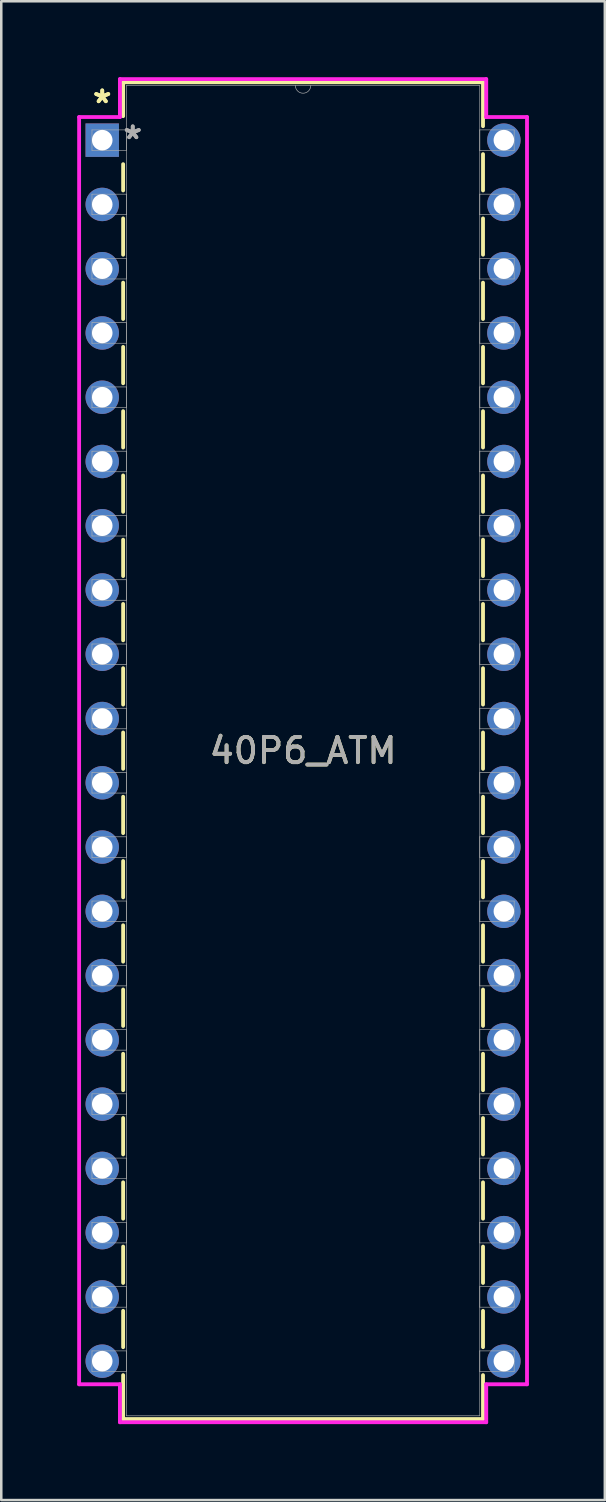
<source format=kicad_pcb>
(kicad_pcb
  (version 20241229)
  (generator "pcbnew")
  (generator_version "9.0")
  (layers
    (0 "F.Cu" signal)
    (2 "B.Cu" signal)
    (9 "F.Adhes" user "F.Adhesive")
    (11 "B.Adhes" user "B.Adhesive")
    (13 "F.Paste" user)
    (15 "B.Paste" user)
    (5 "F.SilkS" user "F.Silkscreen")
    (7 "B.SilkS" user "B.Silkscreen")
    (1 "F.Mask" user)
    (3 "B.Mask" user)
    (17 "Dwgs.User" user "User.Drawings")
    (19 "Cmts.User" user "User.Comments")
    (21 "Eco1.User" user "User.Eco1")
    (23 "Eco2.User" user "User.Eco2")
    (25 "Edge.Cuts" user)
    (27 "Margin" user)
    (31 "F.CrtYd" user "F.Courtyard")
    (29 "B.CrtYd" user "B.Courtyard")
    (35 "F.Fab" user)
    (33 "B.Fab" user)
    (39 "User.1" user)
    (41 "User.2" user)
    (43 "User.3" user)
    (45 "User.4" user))
  (footprint "40P6_ATM"
    (layer "F.Cu")
    (at 0.991 2.49)
    (property "Reference" "40P6_ATM" (at 7.938 24.13 0) (unlocked yes) (layer "F.SilkS") (effects (font (size 1 1) (thickness 0.15))))
    (attr through_hole)
    (fp_line (start 0.826 -2.287) (end 0.826 -0.949) (stroke (width 0.152) (type solid)) (layer "F.SilkS"))
    (fp_line (start 0.826 0.949) (end 0.826 1.988) (stroke (width 0.152) (type solid)) (layer "F.SilkS"))
    (fp_line (start 0.826 3.092) (end 0.826 4.528) (stroke (width 0.152) (type solid)) (layer "F.SilkS"))
    (fp_line (start 0.826 5.632) (end 0.826 7.068) (stroke (width 0.152) (type solid)) (layer "F.SilkS"))
    (fp_line (start 0.826 8.172) (end 0.826 9.608) (stroke (width 0.152) (type solid)) (layer "F.SilkS"))
    (fp_line (start 0.826 10.712) (end 0.826 12.148) (stroke (width 0.152) (type solid)) (layer "F.SilkS"))
    (fp_line (start 0.826 13.252) (end 0.826 14.688) (stroke (width 0.152) (type solid)) (layer "F.SilkS"))
    (fp_line (start 0.826 15.792) (end 0.826 17.228) (stroke (width 0.152) (type solid)) (layer "F.SilkS"))
    (fp_line (start 0.826 18.332) (end 0.826 19.768) (stroke (width 0.152) (type solid)) (layer "F.SilkS"))
    (fp_line (start 0.826 20.872) (end 0.826 22.308) (stroke (width 0.152) (type solid)) (layer "F.SilkS"))
    (fp_line (start 0.826 23.412) (end 0.826 24.848) (stroke (width 0.152) (type solid)) (layer "F.SilkS"))
    (fp_line (start 0.826 25.952) (end 0.826 27.388) (stroke (width 0.152) (type solid)) (layer "F.SilkS"))
    (fp_line (start 0.826 28.492) (end 0.826 29.928) (stroke (width 0.152) (type solid)) (layer "F.SilkS"))
    (fp_line (start 0.826 31.032) (end 0.826 32.468) (stroke (width 0.152) (type solid)) (layer "F.SilkS"))
    (fp_line (start 0.826 33.572) (end 0.826 35.008) (stroke (width 0.152) (type solid)) (layer "F.SilkS"))
    (fp_line (start 0.826 36.112) (end 0.826 37.548) (stroke (width 0.152) (type solid)) (layer "F.SilkS"))
    (fp_line (start 0.826 38.652) (end 0.826 40.088) (stroke (width 0.152) (type solid)) (layer "F.SilkS"))
    (fp_line (start 0.826 41.192) (end 0.826 42.628) (stroke (width 0.152) (type solid)) (layer "F.SilkS"))
    (fp_line (start 0.826 43.732) (end 0.826 45.168) (stroke (width 0.152) (type solid)) (layer "F.SilkS"))
    (fp_line (start 0.826 46.272) (end 0.826 47.708) (stroke (width 0.152) (type solid)) (layer "F.SilkS"))
    (fp_line (start 0.826 48.812) (end 0.826 50.547) (stroke (width 0.152) (type solid)) (layer "F.SilkS"))
    (fp_line (start 0.826 50.547) (end 15.05 50.547) (stroke (width 0.152) (type solid)) (layer "F.SilkS"))
    (fp_line (start 15.05 -2.287) (end 0.826 -2.287) (stroke (width 0.152) (type solid)) (layer "F.SilkS"))
    (fp_line (start 15.05 -0.552) (end 15.05 -2.287) (stroke (width 0.152) (type solid)) (layer "F.SilkS"))
    (fp_line (start 15.05 1.988) (end 15.05 0.552) (stroke (width 0.152) (type solid)) (layer "F.SilkS"))
    (fp_line (start 15.05 4.528) (end 15.05 3.092) (stroke (width 0.152) (type solid)) (layer "F.SilkS"))
    (fp_line (start 15.05 7.068) (end 15.05 5.632) (stroke (width 0.152) (type solid)) (layer "F.SilkS"))
    (fp_line (start 15.05 9.608) (end 15.05 8.172) (stroke (width 0.152) (type solid)) (layer "F.SilkS"))
    (fp_line (start 15.05 12.148) (end 15.05 10.712) (stroke (width 0.152) (type solid)) (layer "F.SilkS"))
    (fp_line (start 15.05 14.688) (end 15.05 13.252) (stroke (width 0.152) (type solid)) (layer "F.SilkS"))
    (fp_line (start 15.05 17.228) (end 15.05 15.792) (stroke (width 0.152) (type solid)) (layer "F.SilkS"))
    (fp_line (start 15.05 19.768) (end 15.05 18.332) (stroke (width 0.152) (type solid)) (layer "F.SilkS"))
    (fp_line (start 15.05 22.308) (end 15.05 20.872) (stroke (width 0.152) (type solid)) (layer "F.SilkS"))
    (fp_line (start 15.05 24.848) (end 15.05 23.412) (stroke (width 0.152) (type solid)) (layer "F.SilkS"))
    (fp_line (start 15.05 27.388) (end 15.05 25.952) (stroke (width 0.152) (type solid)) (layer "F.SilkS"))
    (fp_line (start 15.05 29.928) (end 15.05 28.492) (stroke (width 0.152) (type solid)) (layer "F.SilkS"))
    (fp_line (start 15.05 32.468) (end 15.05 31.032) (stroke (width 0.152) (type solid)) (layer "F.SilkS"))
    (fp_line (start 15.05 35.008) (end 15.05 33.572) (stroke (width 0.152) (type solid)) (layer "F.SilkS"))
    (fp_line (start 15.05 37.548) (end 15.05 36.112) (stroke (width 0.152) (type solid)) (layer "F.SilkS"))
    (fp_line (start 15.05 40.088) (end 15.05 38.652) (stroke (width 0.152) (type solid)) (layer "F.SilkS"))
    (fp_line (start 15.05 42.628) (end 15.05 41.192) (stroke (width 0.152) (type solid)) (layer "F.SilkS"))
    (fp_line (start 15.05 45.168) (end 15.05 43.732) (stroke (width 0.152) (type solid)) (layer "F.SilkS"))
    (fp_line (start 15.05 47.708) (end 15.05 46.272) (stroke (width 0.152) (type solid)) (layer "F.SilkS"))
    (fp_line (start 15.05 50.547) (end 15.05 48.812) (stroke (width 0.152) (type solid)) (layer "F.SilkS"))
    (fp_line (start -0.914 -0.914) (end 0.699 -0.914) (stroke (width 0.152) (type solid)) (layer "F.CrtYd"))
    (fp_line (start -0.914 49.174) (end -0.914 -0.914) (stroke (width 0.152) (type solid)) (layer "F.CrtYd"))
    (fp_line (start 0.699 -2.414) (end 15.177 -2.414) (stroke (width 0.152) (type solid)) (layer "F.CrtYd"))
    (fp_line (start 0.699 -0.914) (end 0.699 -2.414) (stroke (width 0.152) (type solid)) (layer "F.CrtYd"))
    (fp_line (start 0.699 49.174) (end -0.914 49.174) (stroke (width 0.152) (type solid)) (layer "F.CrtYd"))
    (fp_line (start 0.699 50.674) (end 0.699 49.174) (stroke (width 0.152) (type solid)) (layer "F.CrtYd"))
    (fp_line (start 15.177 -2.414) (end 15.177 -0.914) (stroke (width 0.152) (type solid)) (layer "F.CrtYd"))
    (fp_line (start 15.177 49.174) (end 15.177 50.674) (stroke (width 0.152) (type solid)) (layer "F.CrtYd"))
    (fp_line (start 15.177 50.674) (end 0.699 50.674) (stroke (width 0.152) (type solid)) (layer "F.CrtYd"))
    (fp_line (start 16.789 -0.914) (end 15.177 -0.914) (stroke (width 0.152) (type solid)) (layer "F.CrtYd"))
    (fp_line (start 16.789 -0.914) (end 16.789 49.174) (stroke (width 0.152) (type solid)) (layer "F.CrtYd"))
    (fp_line (start 16.789 49.174) (end 15.177 49.174) (stroke (width 0.152) (type solid)) (layer "F.CrtYd"))
    (fp_line (start -0.406 -0.406) (end -0.406 0.406) (stroke (width 0.025) (type solid)) (layer "F.Fab"))
    (fp_line (start -0.406 0.406) (end 0.953 0.406) (stroke (width 0.025) (type solid)) (layer "F.Fab"))
    (fp_line (start -0.406 2.134) (end -0.406 2.946) (stroke (width 0.025) (type solid)) (layer "F.Fab"))
    (fp_line (start -0.406 2.946) (end 0.953 2.946) (stroke (width 0.025) (type solid)) (layer "F.Fab"))
    (fp_line (start -0.406 4.674) (end -0.406 5.486) (stroke (width 0.025) (type solid)) (layer "F.Fab"))
    (fp_line (start -0.406 5.486) (end 0.953 5.486) (stroke (width 0.025) (type solid)) (layer "F.Fab"))
    (fp_line (start -0.406 7.214) (end -0.406 8.026) (stroke (width 0.025) (type solid)) (layer "F.Fab"))
    (fp_line (start -0.406 8.026) (end 0.953 8.026) (stroke (width 0.025) (type solid)) (layer "F.Fab"))
    (fp_line (start -0.406 9.754) (end -0.406 10.566) (stroke (width 0.025) (type solid)) (layer "F.Fab"))
    (fp_line (start -0.406 10.566) (end 0.953 10.566) (stroke (width 0.025) (type solid)) (layer "F.Fab"))
    (fp_line (start -0.406 12.294) (end -0.406 13.106) (stroke (width 0.025) (type solid)) (layer "F.Fab"))
    (fp_line (start -0.406 13.106) (end 0.953 13.106) (stroke (width 0.025) (type solid)) (layer "F.Fab"))
    (fp_line (start -0.406 14.834) (end -0.406 15.646) (stroke (width 0.025) (type solid)) (layer "F.Fab"))
    (fp_line (start -0.406 15.646) (end 0.953 15.646) (stroke (width 0.025) (type solid)) (layer "F.Fab"))
    (fp_line (start -0.406 17.374) (end -0.406 18.186) (stroke (width 0.025) (type solid)) (layer "F.Fab"))
    (fp_line (start -0.406 18.186) (end 0.953 18.186) (stroke (width 0.025) (type solid)) (layer "F.Fab"))
    (fp_line (start -0.406 19.914) (end -0.406 20.726) (stroke (width 0.025) (type solid)) (layer "F.Fab"))
    (fp_line (start -0.406 20.726) (end 0.953 20.726) (stroke (width 0.025) (type solid)) (layer "F.Fab"))
    (fp_line (start -0.406 22.454) (end -0.406 23.266) (stroke (width 0.025) (type solid)) (layer "F.Fab"))
    (fp_line (start -0.406 23.266) (end 0.953 23.266) (stroke (width 0.025) (type solid)) (layer "F.Fab"))
    (fp_line (start -0.406 24.994) (end -0.406 25.806) (stroke (width 0.025) (type solid)) (layer "F.Fab"))
    (fp_line (start -0.406 25.806) (end 0.953 25.806) (stroke (width 0.025) (type solid)) (layer "F.Fab"))
    (fp_line (start -0.406 27.534) (end -0.406 28.346) (stroke (width 0.025) (type solid)) (layer "F.Fab"))
    (fp_line (start -0.406 28.346) (end 0.953 28.346) (stroke (width 0.025) (type solid)) (layer "F.Fab"))
    (fp_line (start -0.406 30.074) (end -0.406 30.886) (stroke (width 0.025) (type solid)) (layer "F.Fab"))
    (fp_line (start -0.406 30.886) (end 0.953 30.886) (stroke (width 0.025) (type solid)) (layer "F.Fab"))
    (fp_line (start -0.406 32.614) (end -0.406 33.426) (stroke (width 0.025) (type solid)) (layer "F.Fab"))
    (fp_line (start -0.406 33.426) (end 0.953 33.426) (stroke (width 0.025) (type solid)) (layer "F.Fab"))
    (fp_line (start -0.406 35.154) (end -0.406 35.966) (stroke (width 0.025) (type solid)) (layer "F.Fab"))
    (fp_line (start -0.406 35.966) (end 0.953 35.966) (stroke (width 0.025) (type solid)) (layer "F.Fab"))
    (fp_line (start -0.406 37.694) (end -0.406 38.506) (stroke (width 0.025) (type solid)) (layer "F.Fab"))
    (fp_line (start -0.406 38.506) (end 0.953 38.506) (stroke (width 0.025) (type solid)) (layer "F.Fab"))
    (fp_line (start -0.406 40.234) (end -0.406 41.046) (stroke (width 0.025) (type solid)) (layer "F.Fab"))
    (fp_line (start -0.406 41.046) (end 0.953 41.046) (stroke (width 0.025) (type solid)) (layer "F.Fab"))
    (fp_line (start -0.406 42.774) (end -0.406 43.586) (stroke (width 0.025) (type solid)) (layer "F.Fab"))
    (fp_line (start -0.406 43.586) (end 0.953 43.586) (stroke (width 0.025) (type solid)) (layer "F.Fab"))
    (fp_line (start -0.406 45.314) (end -0.406 46.126) (stroke (width 0.025) (type solid)) (layer "F.Fab"))
    (fp_line (start -0.406 46.126) (end 0.953 46.126) (stroke (width 0.025) (type solid)) (layer "F.Fab"))
    (fp_line (start -0.406 47.854) (end -0.406 48.666) (stroke (width 0.025) (type solid)) (layer "F.Fab"))
    (fp_line (start -0.406 48.666) (end 0.953 48.666) (stroke (width 0.025) (type solid)) (layer "F.Fab"))
    (fp_line (start 0.953 -2.16) (end 0.953 50.42) (stroke (width 0.025) (type solid)) (layer "F.Fab"))
    (fp_line (start 0.953 -0.406) (end -0.406 -0.406) (stroke (width 0.025) (type solid)) (layer "F.Fab"))
    (fp_line (start 0.953 0.406) (end 0.953 -0.406) (stroke (width 0.025) (type solid)) (layer "F.Fab"))
    (fp_line (start 0.953 2.134) (end -0.406 2.134) (stroke (width 0.025) (type solid)) (layer "F.Fab"))
    (fp_line (start 0.953 2.946) (end 0.953 2.134) (stroke (width 0.025) (type solid)) (layer "F.Fab"))
    (fp_line (start 0.953 4.674) (end -0.406 4.674) (stroke (width 0.025) (type solid)) (layer "F.Fab"))
    (fp_line (start 0.953 5.486) (end 0.953 4.674) (stroke (width 0.025) (type solid)) (layer "F.Fab"))
    (fp_line (start 0.953 7.214) (end -0.406 7.214) (stroke (width 0.025) (type solid)) (layer "F.Fab"))
    (fp_line (start 0.953 8.026) (end 0.953 7.214) (stroke (width 0.025) (type solid)) (layer "F.Fab"))
    (fp_line (start 0.953 9.754) (end -0.406 9.754) (stroke (width 0.025) (type solid)) (layer "F.Fab"))
    (fp_line (start 0.953 10.566) (end 0.953 9.754) (stroke (width 0.025) (type solid)) (layer "F.Fab"))
    (fp_line (start 0.953 12.294) (end -0.406 12.294) (stroke (width 0.025) (type solid)) (layer "F.Fab"))
    (fp_line (start 0.953 13.106) (end 0.953 12.294) (stroke (width 0.025) (type solid)) (layer "F.Fab"))
    (fp_line (start 0.953 14.834) (end -0.406 14.834) (stroke (width 0.025) (type solid)) (layer "F.Fab"))
    (fp_line (start 0.953 15.646) (end 0.953 14.834) (stroke (width 0.025) (type solid)) (layer "F.Fab"))
    (fp_line (start 0.953 17.374) (end -0.406 17.374) (stroke (width 0.025) (type solid)) (layer "F.Fab"))
    (fp_line (start 0.953 18.186) (end 0.953 17.374) (stroke (width 0.025) (type solid)) (layer "F.Fab"))
    (fp_line (start 0.953 19.914) (end -0.406 19.914) (stroke (width 0.025) (type solid)) (layer "F.Fab"))
    (fp_line (start 0.953 20.726) (end 0.953 19.914) (stroke (width 0.025) (type solid)) (layer "F.Fab"))
    (fp_line (start 0.953 22.454) (end -0.406 22.454) (stroke (width 0.025) (type solid)) (layer "F.Fab"))
    (fp_line (start 0.953 23.266) (end 0.953 22.454) (stroke (width 0.025) (type solid)) (layer "F.Fab"))
    (fp_line (start 0.953 24.994) (end -0.406 24.994) (stroke (width 0.025) (type solid)) (layer "F.Fab"))
    (fp_line (start 0.953 25.806) (end 0.953 24.994) (stroke (width 0.025) (type solid)) (layer "F.Fab"))
    (fp_line (start 0.953 27.534) (end -0.406 27.534) (stroke (width 0.025) (type solid)) (layer "F.Fab"))
    (fp_line (start 0.953 28.346) (end 0.953 27.534) (stroke (width 0.025) (type solid)) (layer "F.Fab"))
    (fp_line (start 0.953 30.074) (end -0.406 30.074) (stroke (width 0.025) (type solid)) (layer "F.Fab"))
    (fp_line (start 0.953 30.886) (end 0.953 30.074) (stroke (width 0.025) (type solid)) (layer "F.Fab"))
    (fp_line (start 0.953 32.614) (end -0.406 32.614) (stroke (width 0.025) (type solid)) (layer "F.Fab"))
    (fp_line (start 0.953 33.426) (end 0.953 32.614) (stroke (width 0.025) (type solid)) (layer "F.Fab"))
    (fp_line (start 0.953 35.154) (end -0.406 35.154) (stroke (width 0.025) (type solid)) (layer "F.Fab"))
    (fp_line (start 0.953 35.966) (end 0.953 35.154) (stroke (width 0.025) (type solid)) (layer "F.Fab"))
    (fp_line (start 0.953 37.694) (end -0.406 37.694) (stroke (width 0.025) (type solid)) (layer "F.Fab"))
    (fp_line (start 0.953 38.506) (end 0.953 37.694) (stroke (width 0.025) (type solid)) (layer "F.Fab"))
    (fp_line (start 0.953 40.234) (end -0.406 40.234) (stroke (width 0.025) (type solid)) (layer "F.Fab"))
    (fp_line (start 0.953 41.046) (end 0.953 40.234) (stroke (width 0.025) (type solid)) (layer "F.Fab"))
    (fp_line (start 0.953 42.774) (end -0.406 42.774) (stroke (width 0.025) (type solid)) (layer "F.Fab"))
    (fp_line (start 0.953 43.586) (end 0.953 42.774) (stroke (width 0.025) (type solid)) (layer "F.Fab"))
    (fp_line (start 0.953 45.314) (end -0.406 45.314) (stroke (width 0.025) (type solid)) (layer "F.Fab"))
    (fp_line (start 0.953 46.126) (end 0.953 45.314) (stroke (width 0.025) (type solid)) (layer "F.Fab"))
    (fp_line (start 0.953 47.854) (end -0.406 47.854) (stroke (width 0.025) (type solid)) (layer "F.Fab"))
    (fp_line (start 0.953 48.666) (end 0.953 47.854) (stroke (width 0.025) (type solid)) (layer "F.Fab"))
    (fp_line (start 0.953 50.42) (end 14.922 50.42) (stroke (width 0.025) (type solid)) (layer "F.Fab"))
    (fp_line (start 14.922 -2.16) (end 0.953 -2.16) (stroke (width 0.025) (type solid)) (layer "F.Fab"))
    (fp_line (start 14.922 -0.406) (end 14.922 0.406) (stroke (width 0.025) (type solid)) (layer "F.Fab"))
    (fp_line (start 14.922 0.406) (end 16.281 0.406) (stroke (width 0.025) (type solid)) (layer "F.Fab"))
    (fp_line (start 14.922 2.134) (end 14.922 2.946) (stroke (width 0.025) (type solid)) (layer "F.Fab"))
    (fp_line (start 14.922 2.946) (end 16.281 2.946) (stroke (width 0.025) (type solid)) (layer "F.Fab"))
    (fp_line (start 14.922 4.674) (end 14.922 5.486) (stroke (width 0.025) (type solid)) (layer "F.Fab"))
    (fp_line (start 14.922 5.486) (end 16.281 5.486) (stroke (width 0.025) (type solid)) (layer "F.Fab"))
    (fp_line (start 14.922 7.214) (end 14.922 8.026) (stroke (width 0.025) (type solid)) (layer "F.Fab"))
    (fp_line (start 14.922 8.026) (end 16.281 8.026) (stroke (width 0.025) (type solid)) (layer "F.Fab"))
    (fp_line (start 14.922 9.754) (end 14.922 10.566) (stroke (width 0.025) (type solid)) (layer "F.Fab"))
    (fp_line (start 14.922 10.566) (end 16.281 10.566) (stroke (width 0.025) (type solid)) (layer "F.Fab"))
    (fp_line (start 14.922 12.294) (end 14.922 13.106) (stroke (width 0.025) (type solid)) (layer "F.Fab"))
    (fp_line (start 14.922 13.106) (end 16.281 13.106) (stroke (width 0.025) (type solid)) (layer "F.Fab"))
    (fp_line (start 14.922 14.834) (end 14.922 15.646) (stroke (width 0.025) (type solid)) (layer "F.Fab"))
    (fp_line (start 14.922 15.646) (end 16.281 15.646) (stroke (width 0.025) (type solid)) (layer "F.Fab"))
    (fp_line (start 14.922 17.374) (end 14.922 18.186) (stroke (width 0.025) (type solid)) (layer "F.Fab"))
    (fp_line (start 14.922 18.186) (end 16.281 18.186) (stroke (width 0.025) (type solid)) (layer "F.Fab"))
    (fp_line (start 14.922 19.914) (end 14.922 20.726) (stroke (width 0.025) (type solid)) (layer "F.Fab"))
    (fp_line (start 14.922 20.726) (end 16.281 20.726) (stroke (width 0.025) (type solid)) (layer "F.Fab"))
    (fp_line (start 14.922 22.454) (end 14.922 23.266) (stroke (width 0.025) (type solid)) (layer "F.Fab"))
    (fp_line (start 14.922 23.266) (end 16.281 23.266) (stroke (width 0.025) (type solid)) (layer "F.Fab"))
    (fp_line (start 14.922 24.994) (end 14.922 25.806) (stroke (width 0.025) (type solid)) (layer "F.Fab"))
    (fp_line (start 14.922 25.806) (end 16.281 25.806) (stroke (width 0.025) (type solid)) (layer "F.Fab"))
    (fp_line (start 14.922 27.534) (end 14.922 28.346) (stroke (width 0.025) (type solid)) (layer "F.Fab"))
    (fp_line (start 14.922 28.346) (end 16.281 28.346) (stroke (width 0.025) (type solid)) (layer "F.Fab"))
    (fp_line (start 14.922 30.074) (end 14.922 30.886) (stroke (width 0.025) (type solid)) (layer "F.Fab"))
    (fp_line (start 14.922 30.886) (end 16.281 30.886) (stroke (width 0.025) (type solid)) (layer "F.Fab"))
    (fp_line (start 14.922 32.614) (end 14.922 33.426) (stroke (width 0.025) (type solid)) (layer "F.Fab"))
    (fp_line (start 14.922 33.426) (end 16.281 33.426) (stroke (width 0.025) (type solid)) (layer "F.Fab"))
    (fp_line (start 14.922 35.154) (end 14.922 35.966) (stroke (width 0.025) (type solid)) (layer "F.Fab"))
    (fp_line (start 14.922 35.966) (end 16.281 35.966) (stroke (width 0.025) (type solid)) (layer "F.Fab"))
    (fp_line (start 14.922 37.694) (end 14.922 38.506) (stroke (width 0.025) (type solid)) (layer "F.Fab"))
    (fp_line (start 14.922 38.506) (end 16.281 38.506) (stroke (width 0.025) (type solid)) (layer "F.Fab"))
    (fp_line (start 14.922 40.234) (end 14.922 41.046) (stroke (width 0.025) (type solid)) (layer "F.Fab"))
    (fp_line (start 14.922 41.046) (end 16.281 41.046) (stroke (width 0.025) (type solid)) (layer "F.Fab"))
    (fp_line (start 14.922 42.774) (end 14.922 43.586) (stroke (width 0.025) (type solid)) (layer "F.Fab"))
    (fp_line (start 14.922 43.586) (end 16.281 43.586) (stroke (width 0.025) (type solid)) (layer "F.Fab"))
    (fp_line (start 14.922 45.314) (end 14.922 46.126) (stroke (width 0.025) (type solid)) (layer "F.Fab"))
    (fp_line (start 14.922 46.126) (end 16.281 46.126) (stroke (width 0.025) (type solid)) (layer "F.Fab"))
    (fp_line (start 14.922 47.854) (end 14.922 48.666) (stroke (width 0.025) (type solid)) (layer "F.Fab"))
    (fp_line (start 14.922 48.666) (end 16.281 48.666) (stroke (width 0.025) (type solid)) (layer "F.Fab"))
    (fp_line (start 14.922 50.42) (end 14.922 -2.16) (stroke (width 0.025) (type solid)) (layer "F.Fab"))
    (fp_line (start 16.281 -0.406) (end 14.922 -0.406) (stroke (width 0.025) (type solid)) (layer "F.Fab"))
    (fp_line (start 16.281 0.406) (end 16.281 -0.406) (stroke (width 0.025) (type solid)) (layer "F.Fab"))
    (fp_line (start 16.281 2.134) (end 14.922 2.134) (stroke (width 0.025) (type solid)) (layer "F.Fab"))
    (fp_line (start 16.281 2.946) (end 16.281 2.134) (stroke (width 0.025) (type solid)) (layer "F.Fab"))
    (fp_line (start 16.281 4.674) (end 14.922 4.674) (stroke (width 0.025) (type solid)) (layer "F.Fab"))
    (fp_line (start 16.281 5.486) (end 16.281 4.674) (stroke (width 0.025) (type solid)) (layer "F.Fab"))
    (fp_line (start 16.281 7.214) (end 14.922 7.214) (stroke (width 0.025) (type solid)) (layer "F.Fab"))
    (fp_line (start 16.281 8.026) (end 16.281 7.214) (stroke (width 0.025) (type solid)) (layer "F.Fab"))
    (fp_line (start 16.281 9.754) (end 14.922 9.754) (stroke (width 0.025) (type solid)) (layer "F.Fab"))
    (fp_line (start 16.281 10.566) (end 16.281 9.754) (stroke (width 0.025) (type solid)) (layer "F.Fab"))
    (fp_line (start 16.281 12.294) (end 14.922 12.294) (stroke (width 0.025) (type solid)) (layer "F.Fab"))
    (fp_line (start 16.281 13.106) (end 16.281 12.294) (stroke (width 0.025) (type solid)) (layer "F.Fab"))
    (fp_line (start 16.281 14.834) (end 14.922 14.834) (stroke (width 0.025) (type solid)) (layer "F.Fab"))
    (fp_line (start 16.281 15.646) (end 16.281 14.834) (stroke (width 0.025) (type solid)) (layer "F.Fab"))
    (fp_line (start 16.281 17.374) (end 14.922 17.374) (stroke (width 0.025) (type solid)) (layer "F.Fab"))
    (fp_line (start 16.281 18.186) (end 16.281 17.374) (stroke (width 0.025) (type solid)) (layer "F.Fab"))
    (fp_line (start 16.281 19.914) (end 14.922 19.914) (stroke (width 0.025) (type solid)) (layer "F.Fab"))
    (fp_line (start 16.281 20.726) (end 16.281 19.914) (stroke (width 0.025) (type solid)) (layer "F.Fab"))
    (fp_line (start 16.281 22.454) (end 14.922 22.454) (stroke (width 0.025) (type solid)) (layer "F.Fab"))
    (fp_line (start 16.281 23.266) (end 16.281 22.454) (stroke (width 0.025) (type solid)) (layer "F.Fab"))
    (fp_line (start 16.281 24.994) (end 14.922 24.994) (stroke (width 0.025) (type solid)) (layer "F.Fab"))
    (fp_line (start 16.281 25.806) (end 16.281 24.994) (stroke (width 0.025) (type solid)) (layer "F.Fab"))
    (fp_line (start 16.281 27.534) (end 14.922 27.534) (stroke (width 0.025) (type solid)) (layer "F.Fab"))
    (fp_line (start 16.281 28.346) (end 16.281 27.534) (stroke (width 0.025) (type solid)) (layer "F.Fab"))
    (fp_line (start 16.281 30.074) (end 14.922 30.074) (stroke (width 0.025) (type solid)) (layer "F.Fab"))
    (fp_line (start 16.281 30.886) (end 16.281 30.074) (stroke (width 0.025) (type solid)) (layer "F.Fab"))
    (fp_line (start 16.281 32.614) (end 14.922 32.614) (stroke (width 0.025) (type solid)) (layer "F.Fab"))
    (fp_line (start 16.281 33.426) (end 16.281 32.614) (stroke (width 0.025) (type solid)) (layer "F.Fab"))
    (fp_line (start 16.281 35.154) (end 14.922 35.154) (stroke (width 0.025) (type solid)) (layer "F.Fab"))
    (fp_line (start 16.281 35.966) (end 16.281 35.154) (stroke (width 0.025) (type solid)) (layer "F.Fab"))
    (fp_line (start 16.281 37.694) (end 14.922 37.694) (stroke (width 0.025) (type solid)) (layer "F.Fab"))
    (fp_line (start 16.281 38.506) (end 16.281 37.694) (stroke (width 0.025) (type solid)) (layer "F.Fab"))
    (fp_line (start 16.281 40.234) (end 14.922 40.234) (stroke (width 0.025) (type solid)) (layer "F.Fab"))
    (fp_line (start 16.281 41.046) (end 16.281 40.234) (stroke (width 0.025) (type solid)) (layer "F.Fab"))
    (fp_line (start 16.281 42.774) (end 14.922 42.774) (stroke (width 0.025) (type solid)) (layer "F.Fab"))
    (fp_line (start 16.281 43.586) (end 16.281 42.774) (stroke (width 0.025) (type solid)) (layer "F.Fab"))
    (fp_line (start 16.281 45.314) (end 14.922 45.314) (stroke (width 0.025) (type solid)) (layer "F.Fab"))
    (fp_line (start 16.281 46.126) (end 16.281 45.314) (stroke (width 0.025) (type solid)) (layer "F.Fab"))
    (fp_line (start 16.281 47.854) (end 14.922 47.854) (stroke (width 0.025) (type solid)) (layer "F.Fab"))
    (fp_line (start 16.281 48.666) (end 16.281 47.854) (stroke (width 0.025) (type solid)) (layer "F.Fab"))
    (fp_arc (start 8.2423 -2.160017) (mid 7.9375 -1.855217) (end 7.6327 -2.160017) (stroke (width 0.0254) (type solid)) (layer "F.Fab"))
    (fp_text user "*" (at 0 -1.422 0) (unlocked yes) (layer "F.SilkS") (effects (font (size 1 1) (thickness 0.15))))
    (fp_text user "*" (at 0 -1.422 0) (layer "F.SilkS") (effects (font (size 1 1) (thickness 0.15))))
    (fp_text user "${REFERENCE}" (at 7.938 24.13 0) (unlocked yes) (layer "F.Fab") (effects (font (size 1 1) (thickness 0.15))))
    (fp_text user "*" (at 1.206 0 0) (layer "F.Fab") (effects (font (size 1 1) (thickness 0.15))))
    (fp_text user "*" (at 1.206 0 0) (unlocked yes) (layer "F.Fab") (effects (font (size 1 1) (thickness 0.15))))
    (pad "1" thru_hole rect (at 0 0) (size 1.321 1.321) (drill 0.813) (layers "*.Cu" "*.Mask"))
    (pad "2" thru_hole circle (at 0 2.54) (size 1.321 1.321) (drill 0.813) (layers "*.Cu" "*.Mask"))
    (pad "3" thru_hole circle (at 0 5.08) (size 1.321 1.321) (drill 0.813) (layers "*.Cu" "*.Mask"))
    (pad "4" thru_hole circle (at 0 7.62) (size 1.321 1.321) (drill 0.813) (layers "*.Cu" "*.Mask"))
    (pad "5" thru_hole circle (at 0 10.16) (size 1.321 1.321) (drill 0.813) (layers "*.Cu" "*.Mask"))
    (pad "6" thru_hole circle (at 0 12.7) (size 1.321 1.321) (drill 0.813) (layers "*.Cu" "*.Mask"))
    (pad "7" thru_hole circle (at 0 15.24) (size 1.321 1.321) (drill 0.813) (layers "*.Cu" "*.Mask"))
    (pad "8" thru_hole circle (at 0 17.78) (size 1.321 1.321) (drill 0.813) (layers "*.Cu" "*.Mask"))
    (pad "9" thru_hole circle (at 0 20.32) (size 1.321 1.321) (drill 0.813) (layers "*.Cu" "*.Mask"))
    (pad "10" thru_hole circle (at 0 22.86) (size 1.321 1.321) (drill 0.813) (layers "*.Cu" "*.Mask"))
    (pad "11" thru_hole circle (at 0 25.4) (size 1.321 1.321) (drill 0.813) (layers "*.Cu" "*.Mask"))
    (pad "12" thru_hole circle (at 0 27.94) (size 1.321 1.321) (drill 0.813) (layers "*.Cu" "*.Mask"))
    (pad "13" thru_hole circle (at 0 30.48) (size 1.321 1.321) (drill 0.813) (layers "*.Cu" "*.Mask"))
    (pad "14" thru_hole circle (at 0 33.02) (size 1.321 1.321) (drill 0.813) (layers "*.Cu" "*.Mask"))
    (pad "15" thru_hole circle (at 0 35.56) (size 1.321 1.321) (drill 0.813) (layers "*.Cu" "*.Mask"))
    (pad "16" thru_hole circle (at 0 38.1) (size 1.321 1.321) (drill 0.813) (layers "*.Cu" "*.Mask"))
    (pad "17" thru_hole circle (at 0 40.64) (size 1.321 1.321) (drill 0.813) (layers "*.Cu" "*.Mask"))
    (pad "18" thru_hole circle (at 0 43.18) (size 1.321 1.321) (drill 0.813) (layers "*.Cu" "*.Mask"))
    (pad "19" thru_hole circle (at 0 45.72) (size 1.321 1.321) (drill 0.813) (layers "*.Cu" "*.Mask"))
    (pad "20" thru_hole circle (at 0 48.26) (size 1.321 1.321) (drill 0.813) (layers "*.Cu" "*.Mask"))
    (pad "21" thru_hole circle (at 15.875 48.26) (size 1.321 1.321) (drill 0.813) (layers "*.Cu" "*.Mask"))
    (pad "22" thru_hole circle (at 15.875 45.72) (size 1.321 1.321) (drill 0.813) (layers "*.Cu" "*.Mask"))
    (pad "23" thru_hole circle (at 15.875 43.18) (size 1.321 1.321) (drill 0.813) (layers "*.Cu" "*.Mask"))
    (pad "24" thru_hole circle (at 15.875 40.64) (size 1.321 1.321) (drill 0.813) (layers "*.Cu" "*.Mask"))
    (pad "25" thru_hole circle (at 15.875 38.1) (size 1.321 1.321) (drill 0.813) (layers "*.Cu" "*.Mask"))
    (pad "26" thru_hole circle (at 15.875 35.56) (size 1.321 1.321) (drill 0.813) (layers "*.Cu" "*.Mask"))
    (pad "27" thru_hole circle (at 15.875 33.02) (size 1.321 1.321) (drill 0.813) (layers "*.Cu" "*.Mask"))
    (pad "28" thru_hole circle (at 15.875 30.48) (size 1.321 1.321) (drill 0.813) (layers "*.Cu" "*.Mask"))
    (pad "29" thru_hole circle (at 15.875 27.94) (size 1.321 1.321) (drill 0.813) (layers "*.Cu" "*.Mask"))
    (pad "30" thru_hole circle (at 15.875 25.4) (size 1.321 1.321) (drill 0.813) (layers "*.Cu" "*.Mask"))
    (pad "31" thru_hole circle (at 15.875 22.86) (size 1.321 1.321) (drill 0.813) (layers "*.Cu" "*.Mask"))
    (pad "32" thru_hole circle (at 15.875 20.32) (size 1.321 1.321) (drill 0.813) (layers "*.Cu" "*.Mask"))
    (pad "33" thru_hole circle (at 15.875 17.78) (size 1.321 1.321) (drill 0.813) (layers "*.Cu" "*.Mask"))
    (pad "34" thru_hole circle (at 15.875 15.24) (size 1.321 1.321) (drill 0.813) (layers "*.Cu" "*.Mask"))
    (pad "35" thru_hole circle (at 15.875 12.7) (size 1.321 1.321) (drill 0.813) (layers "*.Cu" "*.Mask"))
    (pad "36" thru_hole circle (at 15.875 10.16) (size 1.321 1.321) (drill 0.813) (layers "*.Cu" "*.Mask"))
    (pad "37" thru_hole circle (at 15.875 7.62) (size 1.321 1.321) (drill 0.813) (layers "*.Cu" "*.Mask"))
    (pad "38" thru_hole circle (at 15.875 5.08) (size 1.321 1.321) (drill 0.813) (layers "*.Cu" "*.Mask"))
    (pad "39" thru_hole circle (at 15.875 2.54) (size 1.321 1.321) (drill 0.813) (layers "*.Cu" "*.Mask"))
    (pad "40" thru_hole circle (at 15.875 0) (size 1.321 1.321) (drill 0.813) (layers "*.Cu" "*.Mask")))
  (gr_rect
    (start -3 -3)
    (end 20.856 56.24)
    (stroke (width 0.1) (type default))
    (fill no)
    (layer "Edge.Cuts")))
</source>
